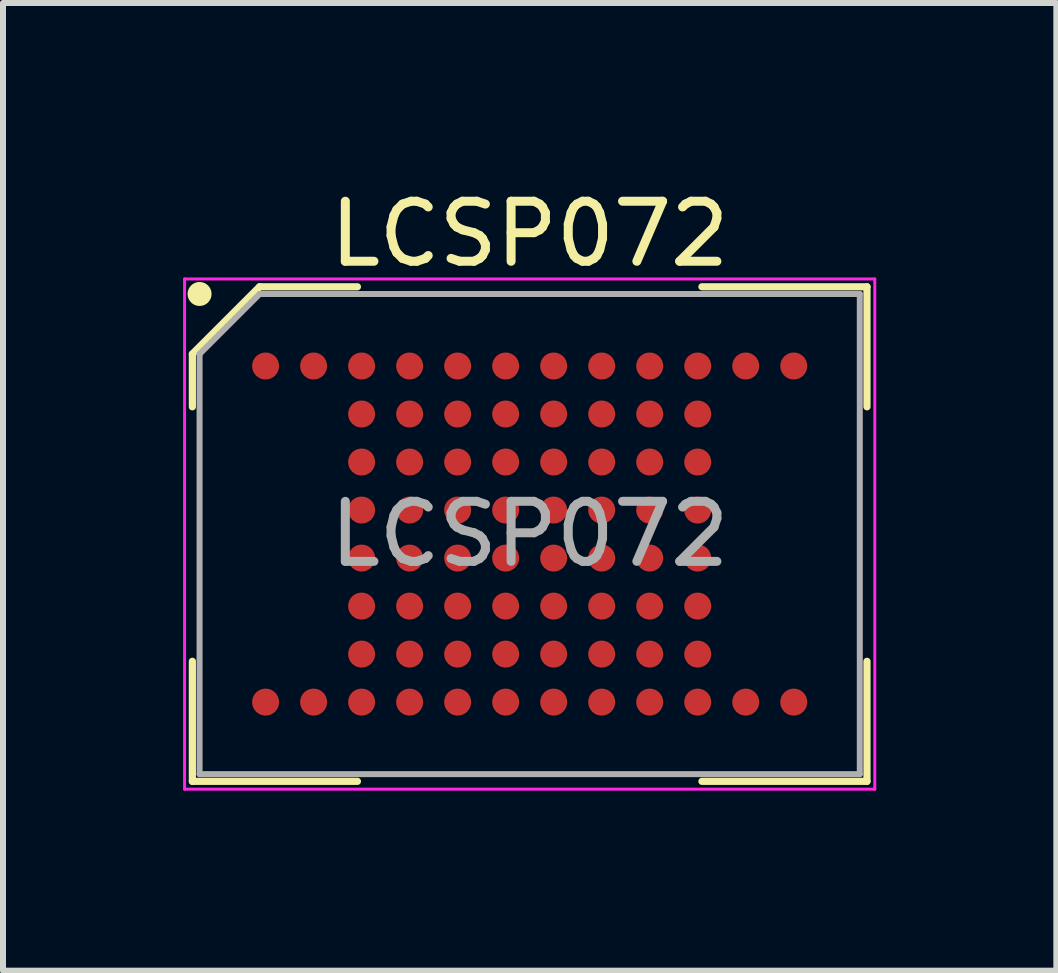
<source format=kicad_pcb>
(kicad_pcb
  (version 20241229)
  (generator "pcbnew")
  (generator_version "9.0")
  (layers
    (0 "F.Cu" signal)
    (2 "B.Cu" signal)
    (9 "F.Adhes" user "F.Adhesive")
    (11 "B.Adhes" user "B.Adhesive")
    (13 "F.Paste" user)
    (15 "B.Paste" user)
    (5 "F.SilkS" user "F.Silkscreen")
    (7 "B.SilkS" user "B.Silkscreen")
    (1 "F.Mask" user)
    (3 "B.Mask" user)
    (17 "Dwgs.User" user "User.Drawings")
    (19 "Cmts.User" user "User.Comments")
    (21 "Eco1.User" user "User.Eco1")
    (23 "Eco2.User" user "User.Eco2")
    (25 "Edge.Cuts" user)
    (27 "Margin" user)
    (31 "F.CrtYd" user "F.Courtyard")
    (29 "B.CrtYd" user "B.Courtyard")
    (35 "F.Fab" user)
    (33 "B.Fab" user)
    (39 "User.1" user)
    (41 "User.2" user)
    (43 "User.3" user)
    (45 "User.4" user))
  (footprint "LCSP072"
    (layer "F.Cu")
    (at 5.775 5.848)
    (property "Reference" "LCSP072" (at 0 -5 0) (layer "F.SilkS") (effects (font (size 1 1) (thickness 0.15))))
    (attr smd)
    (fp_line (start -5.62 -3) (end -5.62 -2.12) (stroke (width 0.12) (type default)) (layer "F.SilkS"))
    (fp_line (start -5.62 4.12) (end -5.62 2.12) (stroke (width 0.12) (type default)) (layer "F.SilkS"))
    (fp_line (start -4.5 -4.12) (end -5.62 -3) (stroke (width 0.12) (type default)) (layer "F.SilkS"))
    (fp_line (start -2.87 -4.12) (end -4.5 -4.12) (stroke (width 0.12) (type default)) (layer "F.SilkS"))
    (fp_line (start -2.87 4.12) (end -5.62 4.12) (stroke (width 0.12) (type default)) (layer "F.SilkS"))
    (fp_line (start 2.87 -4.12) (end 5.62 -4.12) (stroke (width 0.12) (type default)) (layer "F.SilkS"))
    (fp_line (start 2.87 4.12) (end 5.62 4.12) (stroke (width 0.12) (type default)) (layer "F.SilkS"))
    (fp_line (start 5.62 -4.12) (end 5.62 -2.12) (stroke (width 0.12) (type default)) (layer "F.SilkS"))
    (fp_line (start 5.62 4.12) (end 5.62 2.12) (stroke (width 0.12) (type default)) (layer "F.SilkS"))
    (fp_circle (center -5.5 -4) (end -5.5 -3.9) (stroke (width 0.2) (type default)) (fill no) (layer "F.SilkS"))
    (fp_line (start -5.75 -4.25) (end 5.75 -4.25) (stroke (width 0.05) (type default)) (layer "F.CrtYd"))
    (fp_line (start -5.75 4.25) (end -5.75 -4.25) (stroke (width 0.05) (type default)) (layer "F.CrtYd"))
    (fp_line (start 5.75 -4.25) (end 5.75 4.25) (stroke (width 0.05) (type default)) (layer "F.CrtYd"))
    (fp_line (start 5.75 4.25) (end -5.75 4.25) (stroke (width 0.05) (type default)) (layer "F.CrtYd"))
    (fp_line (start -5.5 -3) (end -5.5 4) (stroke (width 0.1) (type default)) (layer "F.Fab"))
    (fp_line (start -5.5 4) (end 5.5 4) (stroke (width 0.1) (type default)) (layer "F.Fab"))
    (fp_line (start -4.5 -4) (end -5.5 -3) (stroke (width 0.1) (type default)) (layer "F.Fab"))
    (fp_line (start 5.5 -4) (end -4.5 -4) (stroke (width 0.1) (type default)) (layer "F.Fab"))
    (fp_line (start 5.5 4) (end 5.5 -4) (stroke (width 0.1) (type default)) (layer "F.Fab"))
    (fp_text user "${REFERENCE}" (at 0 0 0) (layer "F.Fab") (effects (font (size 1 1) (thickness 0.15))))
    (pad "A1" smd circle (at -4.4 -2.8) (size 0.45 0.45) (layers "F.Cu" "F.Mask" "F.Paste"))
    (pad "A2" smd circle (at -3.6 -2.8) (size 0.45 0.45) (layers "F.Cu" "F.Mask" "F.Paste"))
    (pad "A3" smd circle (at -2.8 -2.8) (size 0.45 0.45) (layers "F.Cu" "F.Mask" "F.Paste"))
    (pad "A4" smd circle (at -2 -2.8) (size 0.45 0.45) (layers "F.Cu" "F.Mask" "F.Paste"))
    (pad "A5" smd circle (at -1.2 -2.8) (size 0.45 0.45) (layers "F.Cu" "F.Mask" "F.Paste"))
    (pad "A6" smd circle (at -0.4 -2.8) (size 0.45 0.45) (layers "F.Cu" "F.Mask" "F.Paste"))
    (pad "A7" smd circle (at 0.4 -2.8) (size 0.45 0.45) (layers "F.Cu" "F.Mask" "F.Paste"))
    (pad "A8" smd circle (at 1.2 -2.8) (size 0.45 0.45) (layers "F.Cu" "F.Mask" "F.Paste"))
    (pad "A9" smd circle (at 2 -2.8) (size 0.45 0.45) (layers "F.Cu" "F.Mask" "F.Paste"))
    (pad "A10" smd circle (at 2.8 -2.8) (size 0.45 0.45) (layers "F.Cu" "F.Mask" "F.Paste"))
    (pad "A11" smd circle (at 3.6 -2.8) (size 0.45 0.45) (layers "F.Cu" "F.Mask" "F.Paste"))
    (pad "A12" smd circle (at 4.4 -2.8) (size 0.45 0.45) (layers "F.Cu" "F.Mask" "F.Paste"))
    (pad "B3" smd circle (at -2.8 -2) (size 0.45 0.45) (layers "F.Cu" "F.Mask" "F.Paste"))
    (pad "B4" smd circle (at -2 -2) (size 0.45 0.45) (layers "F.Cu" "F.Mask" "F.Paste"))
    (pad "B5" smd circle (at -1.2 -2) (size 0.45 0.45) (layers "F.Cu" "F.Mask" "F.Paste"))
    (pad "B6" smd circle (at -0.4 -2) (size 0.45 0.45) (layers "F.Cu" "F.Mask" "F.Paste"))
    (pad "B7" smd circle (at 0.4 -2) (size 0.45 0.45) (layers "F.Cu" "F.Mask" "F.Paste"))
    (pad "B8" smd circle (at 1.2 -2) (size 0.45 0.45) (layers "F.Cu" "F.Mask" "F.Paste"))
    (pad "B9" smd circle (at 2 -2) (size 0.45 0.45) (layers "F.Cu" "F.Mask" "F.Paste"))
    (pad "B10" smd circle (at 2.8 -2) (size 0.45 0.45) (layers "F.Cu" "F.Mask" "F.Paste"))
    (pad "C3" smd circle (at -2.8 -1.2) (size 0.45 0.45) (layers "F.Cu" "F.Mask" "F.Paste"))
    (pad "C4" smd circle (at -2 -1.2) (size 0.45 0.45) (layers "F.Cu" "F.Mask" "F.Paste"))
    (pad "C5" smd circle (at -1.2 -1.2) (size 0.45 0.45) (layers "F.Cu" "F.Mask" "F.Paste"))
    (pad "C6" smd circle (at -0.4 -1.2) (size 0.45 0.45) (layers "F.Cu" "F.Mask" "F.Paste"))
    (pad "C7" smd circle (at 0.4 -1.2) (size 0.45 0.45) (layers "F.Cu" "F.Mask" "F.Paste"))
    (pad "C8" smd circle (at 1.2 -1.2) (size 0.45 0.45) (layers "F.Cu" "F.Mask" "F.Paste"))
    (pad "C9" smd circle (at 2 -1.2) (size 0.45 0.45) (layers "F.Cu" "F.Mask" "F.Paste"))
    (pad "C10" smd circle (at 2.8 -1.2) (size 0.45 0.45) (layers "F.Cu" "F.Mask" "F.Paste"))
    (pad "D3" smd circle (at -2.8 -0.4) (size 0.45 0.45) (layers "F.Cu" "F.Mask" "F.Paste"))
    (pad "D4" smd circle (at -2 -0.4) (size 0.45 0.45) (layers "F.Cu" "F.Mask" "F.Paste"))
    (pad "D5" smd circle (at -1.2 -0.4) (size 0.45 0.45) (layers "F.Cu" "F.Mask" "F.Paste"))
    (pad "D6" smd circle (at -0.4 -0.4) (size 0.45 0.45) (layers "F.Cu" "F.Mask" "F.Paste"))
    (pad "D7" smd circle (at 0.4 -0.4) (size 0.45 0.45) (layers "F.Cu" "F.Mask" "F.Paste"))
    (pad "D8" smd circle (at 1.2 -0.4) (size 0.45 0.45) (layers "F.Cu" "F.Mask" "F.Paste"))
    (pad "D9" smd circle (at 2 -0.4) (size 0.45 0.45) (layers "F.Cu" "F.Mask" "F.Paste"))
    (pad "D10" smd circle (at 2.8 -0.4) (size 0.45 0.45) (layers "F.Cu" "F.Mask" "F.Paste"))
    (pad "E3" smd circle (at -2.8 0.4) (size 0.45 0.45) (layers "F.Cu" "F.Mask" "F.Paste"))
    (pad "E4" smd circle (at -2 0.4) (size 0.45 0.45) (layers "F.Cu" "F.Mask" "F.Paste"))
    (pad "E5" smd circle (at -1.2 0.4) (size 0.45 0.45) (layers "F.Cu" "F.Mask" "F.Paste"))
    (pad "E6" smd circle (at -0.4 0.4) (size 0.45 0.45) (layers "F.Cu" "F.Mask" "F.Paste"))
    (pad "E7" smd circle (at 0.4 0.4) (size 0.45 0.45) (layers "F.Cu" "F.Mask" "F.Paste"))
    (pad "E8" smd circle (at 1.2 0.4) (size 0.45 0.45) (layers "F.Cu" "F.Mask" "F.Paste"))
    (pad "E9" smd circle (at 2 0.4) (size 0.45 0.45) (layers "F.Cu" "F.Mask" "F.Paste"))
    (pad "E10" smd circle (at 2.8 0.4) (size 0.45 0.45) (layers "F.Cu" "F.Mask" "F.Paste"))
    (pad "F3" smd circle (at -2.8 1.2) (size 0.45 0.45) (layers "F.Cu" "F.Mask" "F.Paste"))
    (pad "F4" smd circle (at -2 1.2) (size 0.45 0.45) (layers "F.Cu" "F.Mask" "F.Paste"))
    (pad "F5" smd circle (at -1.2 1.2) (size 0.45 0.45) (layers "F.Cu" "F.Mask" "F.Paste"))
    (pad "F6" smd circle (at -0.4 1.2) (size 0.45 0.45) (layers "F.Cu" "F.Mask" "F.Paste"))
    (pad "F7" smd circle (at 0.4 1.2) (size 0.45 0.45) (layers "F.Cu" "F.Mask" "F.Paste"))
    (pad "F8" smd circle (at 1.2 1.2) (size 0.45 0.45) (layers "F.Cu" "F.Mask" "F.Paste"))
    (pad "F9" smd circle (at 2 1.2) (size 0.45 0.45) (layers "F.Cu" "F.Mask" "F.Paste"))
    (pad "F10" smd circle (at 2.8 1.2) (size 0.45 0.45) (layers "F.Cu" "F.Mask" "F.Paste"))
    (pad "G3" smd circle (at -2.8 2) (size 0.45 0.45) (layers "F.Cu" "F.Mask" "F.Paste"))
    (pad "G4" smd circle (at -2 2) (size 0.45 0.45) (layers "F.Cu" "F.Mask" "F.Paste"))
    (pad "G5" smd circle (at -1.2 2) (size 0.45 0.45) (layers "F.Cu" "F.Mask" "F.Paste"))
    (pad "G6" smd circle (at -0.4 2) (size 0.45 0.45) (layers "F.Cu" "F.Mask" "F.Paste"))
    (pad "G7" smd circle (at 0.4 2) (size 0.45 0.45) (layers "F.Cu" "F.Mask" "F.Paste"))
    (pad "G8" smd circle (at 1.2 2) (size 0.45 0.45) (layers "F.Cu" "F.Mask" "F.Paste"))
    (pad "G9" smd circle (at 2 2) (size 0.45 0.45) (layers "F.Cu" "F.Mask" "F.Paste"))
    (pad "G10" smd circle (at 2.8 2) (size 0.45 0.45) (layers "F.Cu" "F.Mask" "F.Paste"))
    (pad "H1" smd circle (at -4.4 2.8) (size 0.45 0.45) (layers "F.Cu" "F.Mask" "F.Paste"))
    (pad "H2" smd circle (at -3.6 2.8) (size 0.45 0.45) (layers "F.Cu" "F.Mask" "F.Paste"))
    (pad "H3" smd circle (at -2.8 2.8) (size 0.45 0.45) (layers "F.Cu" "F.Mask" "F.Paste"))
    (pad "H4" smd circle (at -2 2.8) (size 0.45 0.45) (layers "F.Cu" "F.Mask" "F.Paste"))
    (pad "H5" smd circle (at -1.2 2.8) (size 0.45 0.45) (layers "F.Cu" "F.Mask" "F.Paste"))
    (pad "H6" smd circle (at -0.4 2.8) (size 0.45 0.45) (layers "F.Cu" "F.Mask" "F.Paste"))
    (pad "H7" smd circle (at 0.4 2.8) (size 0.45 0.45) (layers "F.Cu" "F.Mask" "F.Paste"))
    (pad "H8" smd circle (at 1.2 2.8) (size 0.45 0.45) (layers "F.Cu" "F.Mask" "F.Paste"))
    (pad "H9" smd circle (at 2 2.8) (size 0.45 0.45) (layers "F.Cu" "F.Mask" "F.Paste"))
    (pad "H10" smd circle (at 2.8 2.8) (size 0.45 0.45) (layers "F.Cu" "F.Mask" "F.Paste"))
    (pad "H11" smd circle (at 3.6 2.8) (size 0.45 0.45) (layers "F.Cu" "F.Mask" "F.Paste"))
    (pad "H12" smd circle (at 4.4 2.8) (size 0.45 0.45) (layers "F.Cu" "F.Mask" "F.Paste")))
  (gr_rect
    (start -3 -3)
    (end 14.55 13.123)
    (stroke (width 0.1) (type default))
    (fill no)
    (layer "Edge.Cuts")))
</source>
